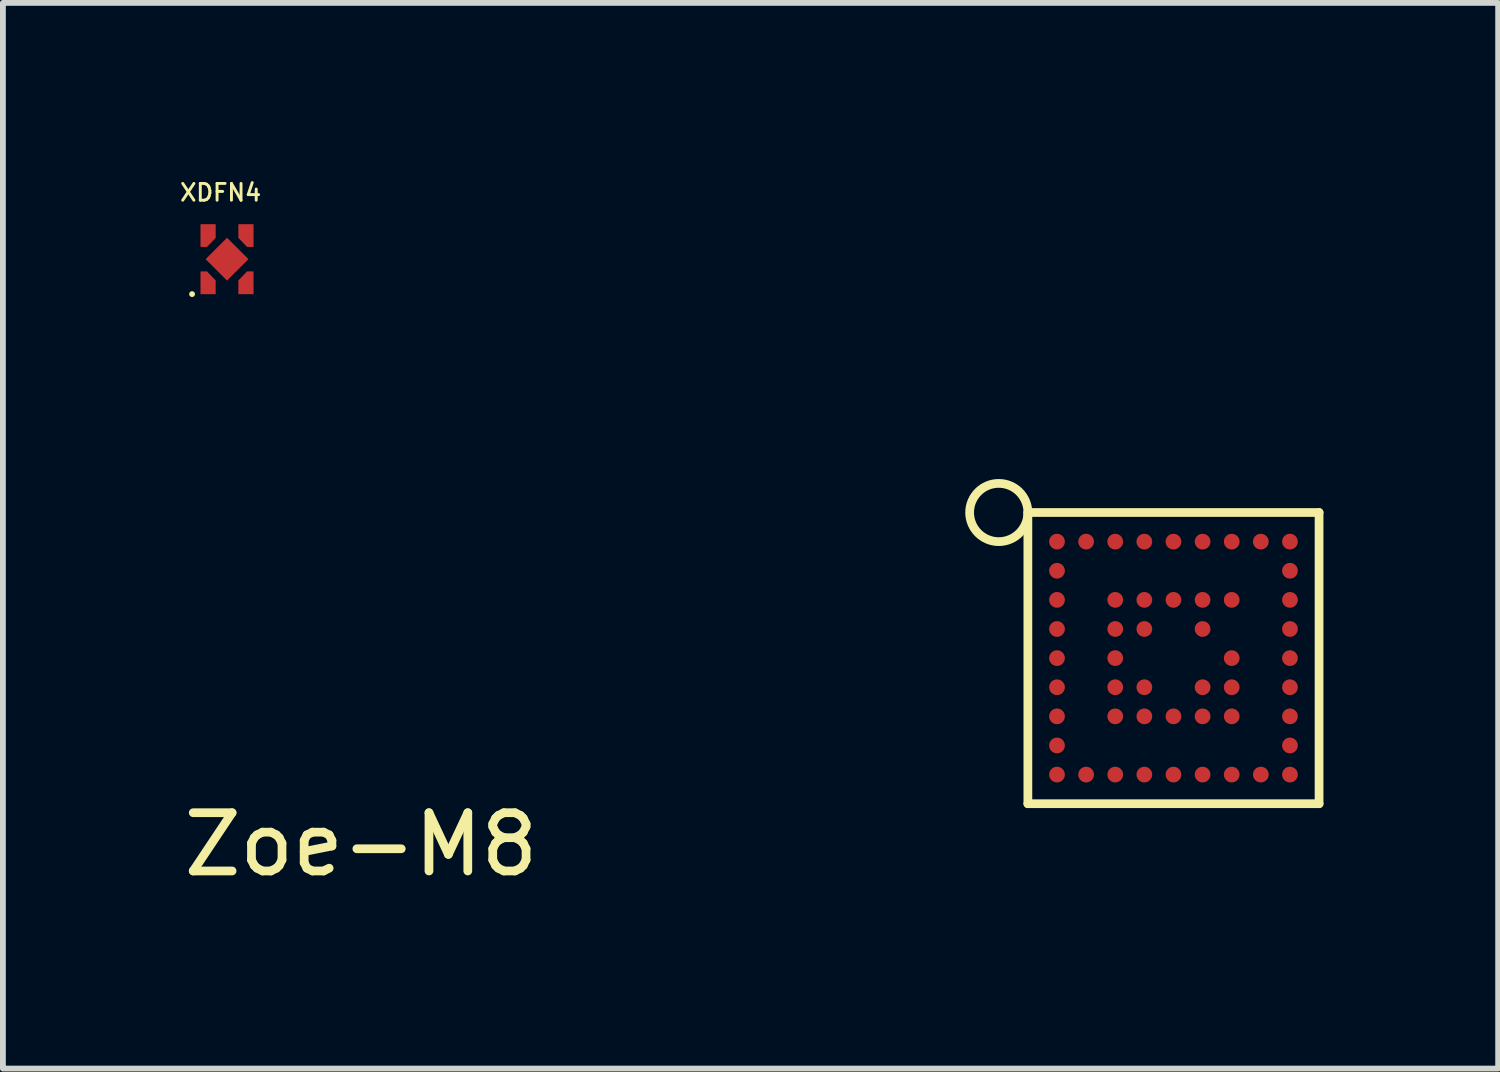
<source format=kicad_pcb>
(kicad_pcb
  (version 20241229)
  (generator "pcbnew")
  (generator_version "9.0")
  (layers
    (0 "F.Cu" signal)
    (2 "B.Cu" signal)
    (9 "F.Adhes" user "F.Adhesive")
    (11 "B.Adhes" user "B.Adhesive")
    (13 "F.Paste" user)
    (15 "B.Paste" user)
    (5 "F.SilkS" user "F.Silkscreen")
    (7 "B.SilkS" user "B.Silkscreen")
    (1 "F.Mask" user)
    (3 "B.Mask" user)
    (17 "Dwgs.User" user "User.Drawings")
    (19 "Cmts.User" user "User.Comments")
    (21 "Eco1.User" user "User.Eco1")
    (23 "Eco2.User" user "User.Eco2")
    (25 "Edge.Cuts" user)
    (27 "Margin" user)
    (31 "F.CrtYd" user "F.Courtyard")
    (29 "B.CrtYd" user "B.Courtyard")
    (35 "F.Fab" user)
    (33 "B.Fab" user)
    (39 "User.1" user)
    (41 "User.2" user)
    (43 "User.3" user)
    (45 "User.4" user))
  (footprint "Zoe-M8"
    (layer "F.Cu")
    (at 17.099 8.25)
    (property "Reference" "Zoe-M8" (at -13.95 3.2 0) (layer "F.SilkS") (effects (font (size 1 1) (thickness 0.15))))
    (attr smd)
    (fp_line (start -2.5 -2.5) (end 2.5 -2.5) (stroke (width 0.15) (type solid)) (layer "F.SilkS"))
    (fp_line (start -2.5 2.5) (end -2.5 -2.5) (stroke (width 0.15) (type solid)) (layer "F.SilkS"))
    (fp_line (start 2.5 -2.5) (end 2.5 2.5) (stroke (width 0.15) (type solid)) (layer "F.SilkS"))
    (fp_line (start 2.5 2.5) (end -2.5 2.5) (stroke (width 0.15) (type solid)) (layer "F.SilkS"))
    (fp_circle (center -3 -2.5) (end -3 -2) (stroke (width 0.15) (type solid)) (fill no) (layer "F.SilkS"))
    (pad "A1" smd circle (at -2 -2) (size 0.27 0.27) (layers "F.Cu" "F.Mask" "F.Paste"))
    (pad "A2" smd circle (at -1.5 -2) (size 0.27 0.27) (layers "F.Cu" "F.Mask" "F.Paste"))
    (pad "A3" smd circle (at -1 -2) (size 0.27 0.27) (layers "F.Cu" "F.Mask" "F.Paste"))
    (pad "A4" smd circle (at -0.5 -2) (size 0.27 0.27) (layers "F.Cu" "F.Mask" "F.Paste"))
    (pad "A5" smd circle (at 0 -2) (size 0.27 0.27) (layers "F.Cu" "F.Mask" "F.Paste"))
    (pad "A6" smd circle (at 0.5 -2) (size 0.27 0.27) (layers "F.Cu" "F.Mask" "F.Paste"))
    (pad "A7" smd circle (at 1 -2) (size 0.27 0.27) (layers "F.Cu" "F.Mask" "F.Paste"))
    (pad "A8" smd circle (at 1.5 -2) (size 0.27 0.27) (layers "F.Cu" "F.Mask" "F.Paste"))
    (pad "A9" smd circle (at 2 -2) (size 0.27 0.27) (layers "F.Cu" "F.Mask" "F.Paste"))
    (pad "B1" smd circle (at -2 -1.5 90) (size 0.27 0.27) (layers "F.Cu" "F.Mask" "F.Paste"))
    (pad "B9" smd circle (at 2 -1.5 90) (size 0.27 0.27) (layers "F.Cu" "F.Mask" "F.Paste"))
    (pad "C1" smd circle (at -2 -1 90) (size 0.27 0.27) (layers "F.Cu" "F.Mask" "F.Paste"))
    (pad "C3" smd circle (at -1 -1 90) (size 0.27 0.27) (layers "F.Cu" "F.Mask" "F.Paste"))
    (pad "C4" smd circle (at -0.5 -1 180) (size 0.27 0.27) (layers "F.Cu" "F.Mask" "F.Paste"))
    (pad "C5" smd circle (at 0 -1 180) (size 0.27 0.27) (layers "F.Cu" "F.Mask" "F.Paste"))
    (pad "C6" smd circle (at 0.5 -1 180) (size 0.27 0.27) (layers "F.Cu" "F.Mask" "F.Paste"))
    (pad "C7" smd circle (at 1 -1 90) (size 0.27 0.27) (layers "F.Cu" "F.Mask" "F.Paste"))
    (pad "C9" smd circle (at 2 -1 90) (size 0.27 0.27) (layers "F.Cu" "F.Mask" "F.Paste"))
    (pad "D1" smd circle (at -2 -0.5 90) (size 0.27 0.27) (layers "F.Cu" "F.Mask" "F.Paste"))
    (pad "D3" smd circle (at -1 -0.5 90) (size 0.27 0.27) (layers "F.Cu" "F.Mask" "F.Paste"))
    (pad "D4" smd circle (at -0.5 -0.5 90) (size 0.27 0.27) (layers "F.Cu" "F.Mask" "F.Paste"))
    (pad "D6" smd circle (at 0.5 -0.5 90) (size 0.27 0.27) (layers "F.Cu" "F.Mask" "F.Paste"))
    (pad "D9" smd circle (at 2 -0.5 90) (size 0.27 0.27) (layers "F.Cu" "F.Mask" "F.Paste"))
    (pad "E1" smd circle (at -2 0 90) (size 0.27 0.27) (layers "F.Cu" "F.Mask" "F.Paste"))
    (pad "E3" smd circle (at -1 0 90) (size 0.27 0.27) (layers "F.Cu" "F.Mask" "F.Paste"))
    (pad "E7" smd circle (at 1 0 90) (size 0.27 0.27) (layers "F.Cu" "F.Mask" "F.Paste"))
    (pad "E9" smd circle (at 2 0 90) (size 0.27 0.27) (layers "F.Cu" "F.Mask" "F.Paste"))
    (pad "F1" smd circle (at -2 0.5 90) (size 0.27 0.27) (layers "F.Cu" "F.Mask" "F.Paste"))
    (pad "F3" smd circle (at -1 0.5 90) (size 0.27 0.27) (layers "F.Cu" "F.Mask" "F.Paste"))
    (pad "F4" smd circle (at -0.5 0.5 90) (size 0.27 0.27) (layers "F.Cu" "F.Mask" "F.Paste"))
    (pad "F6" smd circle (at 0.5 0.5 90) (size 0.27 0.27) (layers "F.Cu" "F.Mask" "F.Paste"))
    (pad "F7" smd circle (at 1 0.5 90) (size 0.27 0.27) (layers "F.Cu" "F.Mask" "F.Paste"))
    (pad "F9" smd circle (at 2 0.5 90) (size 0.27 0.27) (layers "F.Cu" "F.Mask" "F.Paste"))
    (pad "G1" smd circle (at -2 1 90) (size 0.27 0.27) (layers "F.Cu" "F.Mask" "F.Paste"))
    (pad "G3" smd circle (at -1 1 90) (size 0.27 0.27) (layers "F.Cu" "F.Mask" "F.Paste"))
    (pad "G4" smd circle (at -0.5 1 180) (size 0.27 0.27) (layers "F.Cu" "F.Mask" "F.Paste"))
    (pad "G5" smd circle (at 0 1 180) (size 0.27 0.27) (layers "F.Cu" "F.Mask" "F.Paste"))
    (pad "G6" smd circle (at 0.5 1 180) (size 0.27 0.27) (layers "F.Cu" "F.Mask" "F.Paste"))
    (pad "G7" smd circle (at 1 1 90) (size 0.27 0.27) (layers "F.Cu" "F.Mask" "F.Paste"))
    (pad "G9" smd circle (at 2 1 90) (size 0.27 0.27) (layers "F.Cu" "F.Mask" "F.Paste"))
    (pad "H1" smd circle (at -2 1.5 90) (size 0.27 0.27) (layers "F.Cu" "F.Mask" "F.Paste"))
    (pad "H9" smd circle (at 2 1.5 90) (size 0.27 0.27) (layers "F.Cu" "F.Mask" "F.Paste"))
    (pad "J1" smd circle (at -2 2) (size 0.27 0.27) (layers "F.Cu" "F.Mask" "F.Paste"))
    (pad "J2" smd circle (at -1.5 2) (size 0.27 0.27) (layers "F.Cu" "F.Mask" "F.Paste"))
    (pad "J3" smd circle (at -1 2) (size 0.27 0.27) (layers "F.Cu" "F.Mask" "F.Paste"))
    (pad "J4" smd circle (at -0.5 2) (size 0.27 0.27) (layers "F.Cu" "F.Mask" "F.Paste"))
    (pad "J5" smd circle (at 0 2) (size 0.27 0.27) (layers "F.Cu" "F.Mask" "F.Paste"))
    (pad "J6" smd circle (at 0.5 2) (size 0.27 0.27) (layers "F.Cu" "F.Mask" "F.Paste"))
    (pad "J7" smd circle (at 1 2) (size 0.27 0.27) (layers "F.Cu" "F.Mask" "F.Paste"))
    (pad "J8" smd circle (at 1.5 2) (size 0.27 0.27) (layers "F.Cu" "F.Mask" "F.Paste"))
    (pad "J9" smd circle (at 2 2) (size 0.27 0.27) (layers "F.Cu" "F.Mask" "F.Paste")))
  (footprint "XDFN4"
    (layer "F.Cu")
    (at 0.848 1.4)
    (property "Reference" "XDFN4" (at -0.109 -1.143 0) (layer "F.SilkS") (effects (font (size 0.288 0.288) (thickness 0.05))))
    (attr smd)
    (fp_poly (pts (xy -0.195 -0.6) (xy -0.455 -0.6) (xy -0.455 -0.21) (xy -0.345 -0.21) (xy -0.195 -0.365)) (stroke (width 0.001) (type solid)) (fill yes) (layer "F.Cu"))
    (fp_poly (pts (xy -0.195 0.6) (xy -0.455 0.6) (xy -0.455 0.21) (xy -0.345 0.21) (xy -0.195 0.365)) (stroke (width 0.001) (type solid)) (fill yes) (layer "F.Cu"))
    (fp_poly (pts (xy 0.195 -0.6) (xy 0.455 -0.6) (xy 0.455 -0.21) (xy 0.345 -0.21) (xy 0.195 -0.365)) (stroke (width 0.001) (type solid)) (fill yes) (layer "F.Cu"))
    (fp_poly (pts (xy 0.195 0.6) (xy 0.455 0.6) (xy 0.455 0.21) (xy 0.345 0.21) (xy 0.195 0.365)) (stroke (width 0.001) (type solid)) (fill yes) (layer "F.Cu"))
    (fp_poly (pts (xy -0.507 0.034) (xy -0.034 -0.439) (xy 0.439 0.034) (xy -0.034 0.507)) (stroke (width 0) (type solid)) (fill yes) (layer "F.Mask"))
    (fp_poly (pts (xy -0.525 -0.15) (xy -0.525 -0.65) (xy -0.125 -0.65) (xy -0.125 -0.388) (xy -0.35 -0.15)) (stroke (width 0.001) (type solid)) (fill yes) (layer "F.Mask"))
    (fp_poly (pts (xy -0.525 0.15) (xy -0.525 0.65) (xy -0.125 0.65) (xy -0.125 0.388) (xy -0.35 0.15)) (stroke (width 0.001) (type solid)) (fill yes) (layer "F.Mask"))
    (fp_poly (pts (xy 0.525 -0.15) (xy 0.525 -0.65) (xy 0.125 -0.65) (xy 0.125 -0.388) (xy 0.35 -0.15)) (stroke (width 0.001) (type solid)) (fill yes) (layer "F.Mask"))
    (fp_poly (pts (xy 0.525 0.15) (xy 0.525 0.65) (xy 0.125 0.65) (xy 0.125 0.388) (xy 0.35 0.15)) (stroke (width 0.001) (type solid)) (fill yes) (layer "F.Mask"))
    (fp_circle (center -0.6 0.6) (end -0.575 0.6) (stroke (width 0.05) (type solid)) (fill no) (layer "F.SilkS"))
    (fp_poly (pts (xy -0.195 -0.6) (xy -0.455 -0.6) (xy -0.455 -0.21) (xy -0.345 -0.21) (xy -0.195 -0.365)) (stroke (width 0.001) (type solid)) (fill yes) (layer "F.Paste"))
    (fp_poly (pts (xy -0.195 0.6) (xy -0.455 0.6) (xy -0.455 0.21) (xy -0.345 0.21) (xy -0.195 0.365)) (stroke (width 0.001) (type solid)) (fill yes) (layer "F.Paste"))
    (fp_poly (pts (xy 0.195 -0.6) (xy 0.455 -0.6) (xy 0.455 -0.21) (xy 0.345 -0.21) (xy 0.195 -0.365)) (stroke (width 0.001) (type solid)) (fill yes) (layer "F.Paste"))
    (fp_poly (pts (xy 0.195 0.6) (xy 0.455 0.6) (xy 0.455 0.21) (xy 0.345 0.21) (xy 0.195 0.365)) (stroke (width 0.001) (type solid)) (fill yes) (layer "F.Paste"))
    (fp_line (start -0.75 -0.75) (end 0.75 -0.75) (stroke (width 0.05) (type solid)) (layer "Eco1.User"))
    (fp_line (start -0.75 0.75) (end -0.75 -0.75) (stroke (width 0.05) (type solid)) (layer "Eco1.User"))
    (fp_line (start 0.75 -0.75) (end 0.75 0.75) (stroke (width 0.05) (type solid)) (layer "Eco1.User"))
    (fp_line (start 0.75 0.75) (end -0.75 0.75) (stroke (width 0.05) (type solid)) (layer "Eco1.User"))
    (fp_line (start -0.5 -0.5) (end 0.5 -0.5) (stroke (width 0.127) (type solid)) (layer "Eco2.User"))
    (fp_line (start -0.5 0.5) (end -0.5 -0.5) (stroke (width 0.127) (type solid)) (layer "Eco2.User"))
    (fp_line (start 0.5 -0.5) (end 0.5 0.5) (stroke (width 0.127) (type solid)) (layer "Eco2.User"))
    (fp_line (start 0.5 0.5) (end -0.5 0.5) (stroke (width 0.127) (type solid)) (layer "Eco2.User"))
    (pad "1" smd rect (at -0.325 0.4) (size 0.1 0.1) (layers "F.Cu" "F.Mask" "F.Paste"))
    (pad "2" smd rect (at 0.325 0.4) (size 0.1 0.1) (layers "F.Cu" "F.Mask" "F.Paste"))
    (pad "3" smd rect (at 0.325 -0.4) (size 0.1 0.1) (layers "F.Cu" "F.Mask" "F.Paste"))
    (pad "4" smd rect (at -0.325 -0.4) (size 0.1 0.1) (layers "F.Cu" "F.Mask" "F.Paste"))
    (pad "5" smd rect (at 0 0 45) (size 0.52 0.52) (layers "F.Cu" "F.Mask" "F.Paste")))
  (gr_rect
    (start -3 -3)
    (end 22.674 15.298)
    (stroke (width 0.1) (type default))
    (fill no)
    (layer "Edge.Cuts")))
</source>
